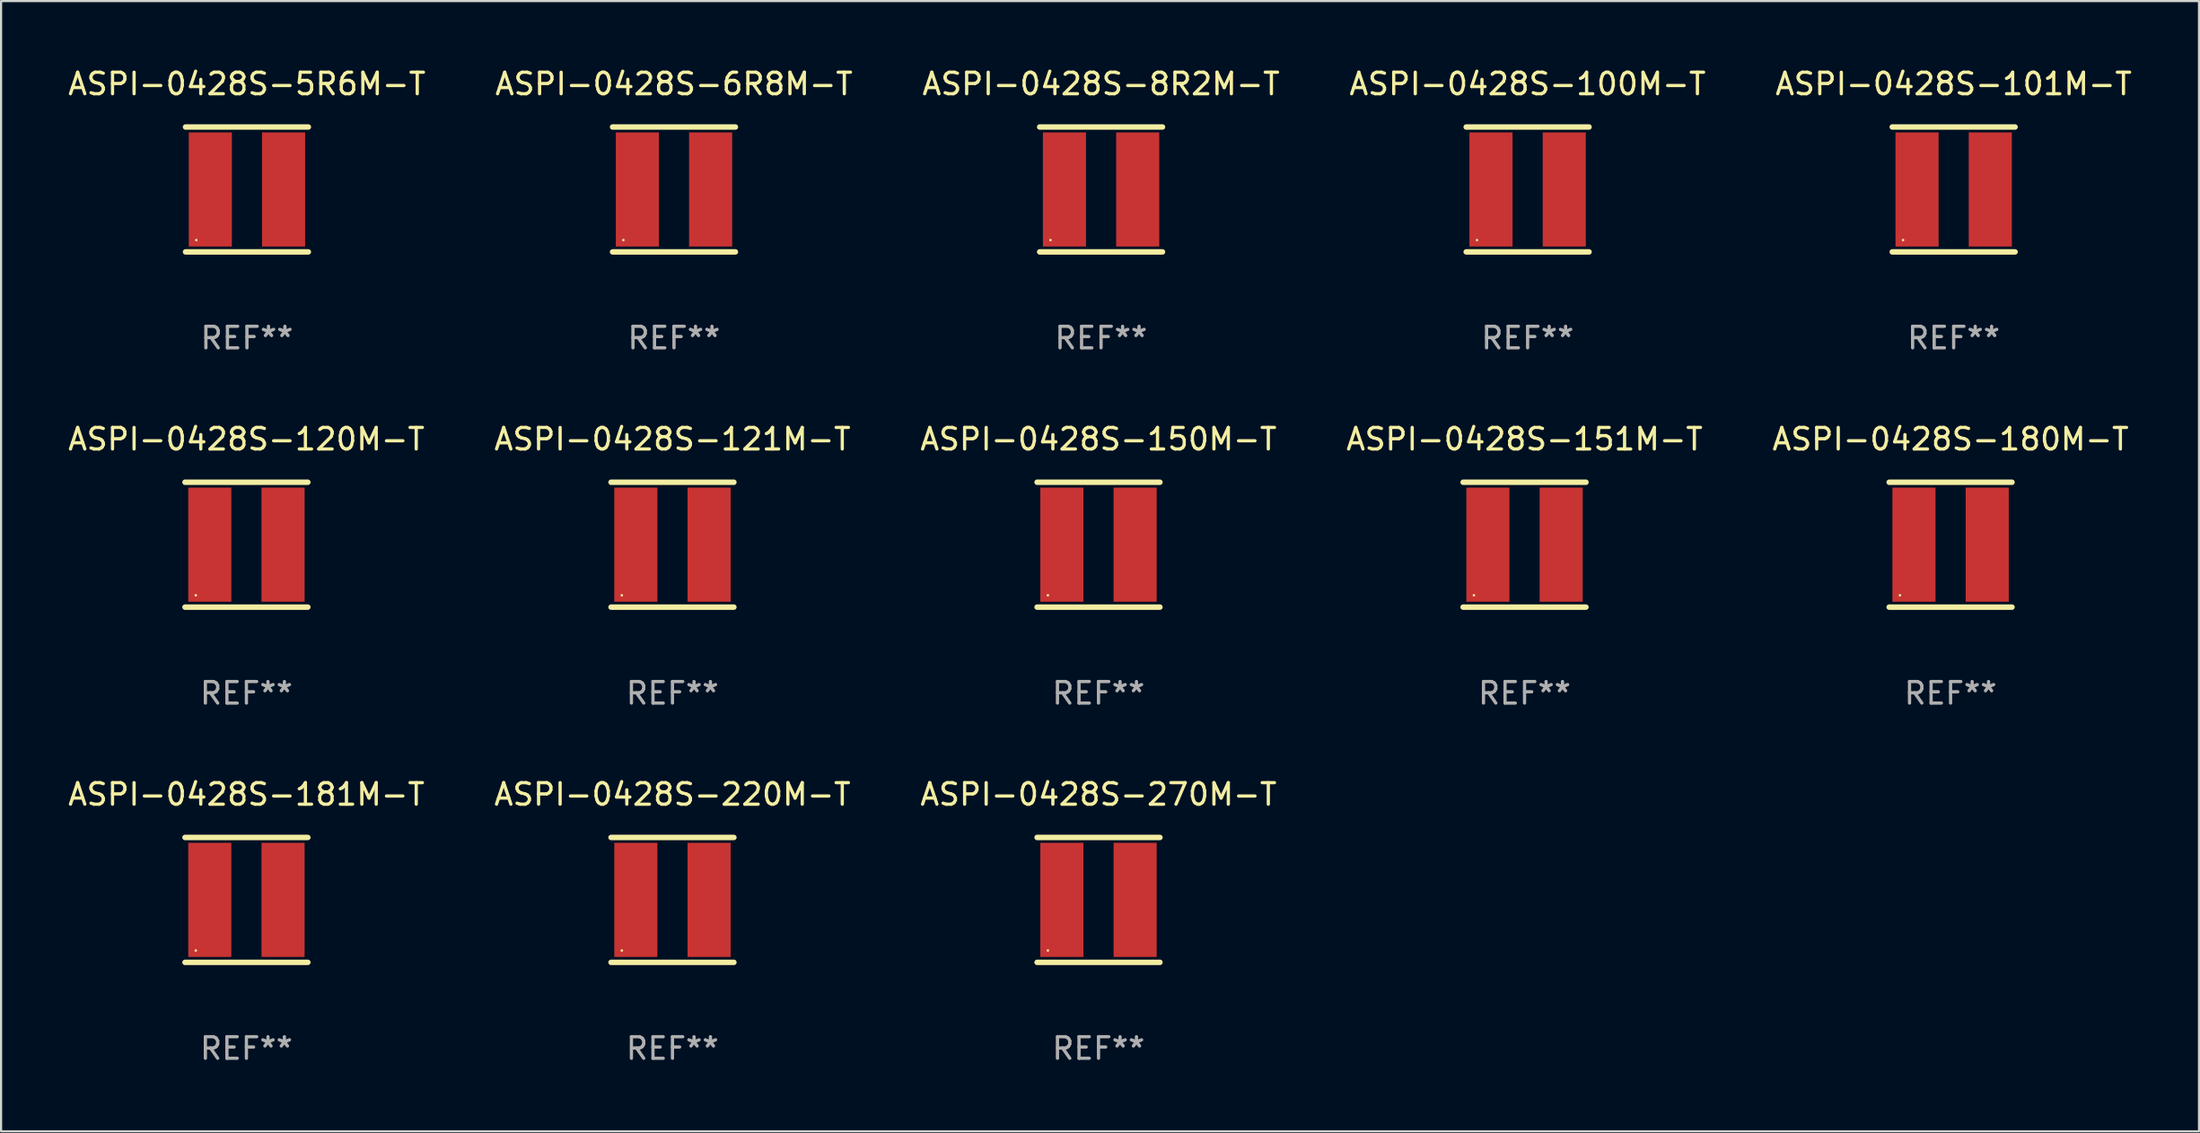
<source format=kicad_pcb>
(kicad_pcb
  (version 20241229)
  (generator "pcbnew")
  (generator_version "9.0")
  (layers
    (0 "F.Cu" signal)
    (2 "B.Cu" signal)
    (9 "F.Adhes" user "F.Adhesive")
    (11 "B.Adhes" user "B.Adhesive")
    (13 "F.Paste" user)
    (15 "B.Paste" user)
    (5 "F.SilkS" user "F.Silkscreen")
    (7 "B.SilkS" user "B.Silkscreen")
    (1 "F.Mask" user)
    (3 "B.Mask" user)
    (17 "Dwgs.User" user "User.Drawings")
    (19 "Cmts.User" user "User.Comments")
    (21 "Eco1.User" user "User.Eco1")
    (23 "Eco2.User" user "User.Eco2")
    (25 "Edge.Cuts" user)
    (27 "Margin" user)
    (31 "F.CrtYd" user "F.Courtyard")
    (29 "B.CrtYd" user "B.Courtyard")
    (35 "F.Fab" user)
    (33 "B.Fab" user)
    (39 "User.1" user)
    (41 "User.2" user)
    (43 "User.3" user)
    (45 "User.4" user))
  (footprint "ASPI-0428S-5R6M-T"
    (layer "F.Cu")
    (at 8.411 5.748)
    (property "Reference" "ASPI-0428S-5R6M-T" (at 0 -4.9 0) (layer "F.SilkS") (effects (font (size 1 1) (thickness 0.15))))
    (attr through_hole)
    (fp_line (start -2.85 -2.9) (end 2.85 -2.9) (stroke (width 0.254) (type solid)) (layer "F.SilkS"))
    (fp_line (start -2.85 2.9) (end 2.85 2.9) (stroke (width 0.254) (type solid)) (layer "F.SilkS"))
    (fp_circle (center -2.35 2.35) (end -2.32 2.35) (stroke (width 0.06) (type solid)) (fill no) (layer "F.SilkS"))
    (fp_text user "REF**" (at 0 6.9 0) (layer "F.Fab") (effects (font (size 1 1) (thickness 0.15))))
    (pad "1" smd rect (at -1.7 0) (size 2 5.3) (layers "F.Cu" "F.Mask" "F.Paste"))
    (pad "2" smd rect (at 1.7 0) (size 2 5.3) (layers "F.Cu" "F.Mask" "F.Paste")))
  (footprint "ASPI-0428S-151M-T"
    (layer "F.Cu")
    (at 67.708 22.245)
    (property "Reference" "ASPI-0428S-151M-T" (at 0 -4.9 0) (layer "F.SilkS") (effects (font (size 1 1) (thickness 0.15))))
    (attr through_hole)
    (fp_line (start -2.85 -2.9) (end 2.85 -2.9) (stroke (width 0.254) (type solid)) (layer "F.SilkS"))
    (fp_line (start -2.85 2.9) (end 2.85 2.9) (stroke (width 0.254) (type solid)) (layer "F.SilkS"))
    (fp_circle (center -2.35 2.35) (end -2.32 2.35) (stroke (width 0.06) (type solid)) (fill no) (layer "F.SilkS"))
    (fp_text user "REF**" (at 0 6.9 0) (layer "F.Fab") (effects (font (size 1 1) (thickness 0.15))))
    (pad "1" smd rect (at -1.7 0) (size 2 5.3) (layers "F.Cu" "F.Mask" "F.Paste"))
    (pad "2" smd rect (at 1.7 0) (size 2 5.3) (layers "F.Cu" "F.Mask" "F.Paste")))
  (footprint "ASPI-0428S-220M-T"
    (layer "F.Cu")
    (at 28.161 38.741)
    (property "Reference" "ASPI-0428S-220M-T" (at 0 -4.9 0) (layer "F.SilkS") (effects (font (size 1 1) (thickness 0.15))))
    (attr through_hole)
    (fp_line (start -2.85 -2.9) (end 2.85 -2.9) (stroke (width 0.254) (type solid)) (layer "F.SilkS"))
    (fp_line (start -2.85 2.9) (end 2.85 2.9) (stroke (width 0.254) (type solid)) (layer "F.SilkS"))
    (fp_circle (center -2.35 2.35) (end -2.32 2.35) (stroke (width 0.06) (type solid)) (fill no) (layer "F.SilkS"))
    (fp_text user "REF**" (at 0 6.9 0) (layer "F.Fab") (effects (font (size 1 1) (thickness 0.15))))
    (pad "1" smd rect (at -1.7 0) (size 2 5.3) (layers "F.Cu" "F.Mask" "F.Paste"))
    (pad "2" smd rect (at 1.7 0) (size 2 5.3) (layers "F.Cu" "F.Mask" "F.Paste")))
  (footprint "ASPI-0428S-270M-T"
    (layer "F.Cu")
    (at 47.935 38.741)
    (property "Reference" "ASPI-0428S-270M-T" (at 0 -4.9 0) (layer "F.SilkS") (effects (font (size 1 1) (thickness 0.15))))
    (attr through_hole)
    (fp_line (start -2.85 -2.9) (end 2.85 -2.9) (stroke (width 0.254) (type solid)) (layer "F.SilkS"))
    (fp_line (start -2.85 2.9) (end 2.85 2.9) (stroke (width 0.254) (type solid)) (layer "F.SilkS"))
    (fp_circle (center -2.35 2.35) (end -2.32 2.35) (stroke (width 0.06) (type solid)) (fill no) (layer "F.SilkS"))
    (fp_text user "REF**" (at 0 6.9 0) (layer "F.Fab") (effects (font (size 1 1) (thickness 0.15))))
    (pad "1" smd rect (at -1.7 0) (size 2 5.3) (layers "F.Cu" "F.Mask" "F.Paste"))
    (pad "2" smd rect (at 1.7 0) (size 2 5.3) (layers "F.Cu" "F.Mask" "F.Paste")))
  (footprint "ASPI-0428S-150M-T"
    (layer "F.Cu")
    (at 47.935 22.245)
    (property "Reference" "ASPI-0428S-150M-T" (at 0 -4.9 0) (layer "F.SilkS") (effects (font (size 1 1) (thickness 0.15))))
    (attr through_hole)
    (fp_line (start -2.85 -2.9) (end 2.85 -2.9) (stroke (width 0.254) (type solid)) (layer "F.SilkS"))
    (fp_line (start -2.85 2.9) (end 2.85 2.9) (stroke (width 0.254) (type solid)) (layer "F.SilkS"))
    (fp_circle (center -2.35 2.35) (end -2.32 2.35) (stroke (width 0.06) (type solid)) (fill no) (layer "F.SilkS"))
    (fp_text user "REF**" (at 0 6.9 0) (layer "F.Fab") (effects (font (size 1 1) (thickness 0.15))))
    (pad "1" smd rect (at -1.7 0) (size 2 5.3) (layers "F.Cu" "F.Mask" "F.Paste"))
    (pad "2" smd rect (at 1.7 0) (size 2 5.3) (layers "F.Cu" "F.Mask" "F.Paste")))
  (footprint "ASPI-0428S-181M-T"
    (layer "F.Cu")
    (at 8.387 38.741)
    (property "Reference" "ASPI-0428S-181M-T" (at 0 -4.9 0) (layer "F.SilkS") (effects (font (size 1 1) (thickness 0.15))))
    (attr through_hole)
    (fp_line (start -2.85 -2.9) (end 2.85 -2.9) (stroke (width 0.254) (type solid)) (layer "F.SilkS"))
    (fp_line (start -2.85 2.9) (end 2.85 2.9) (stroke (width 0.254) (type solid)) (layer "F.SilkS"))
    (fp_circle (center -2.35 2.35) (end -2.32 2.35) (stroke (width 0.06) (type solid)) (fill no) (layer "F.SilkS"))
    (fp_text user "REF**" (at 0 6.9 0) (layer "F.Fab") (effects (font (size 1 1) (thickness 0.15))))
    (pad "1" smd rect (at -1.7 0) (size 2 5.3) (layers "F.Cu" "F.Mask" "F.Paste"))
    (pad "2" smd rect (at 1.7 0) (size 2 5.3) (layers "F.Cu" "F.Mask" "F.Paste")))
  (footprint "ASPI-0428S-6R8M-T"
    (layer "F.Cu")
    (at 28.232 5.748)
    (property "Reference" "ASPI-0428S-6R8M-T" (at 0 -4.9 0) (layer "F.SilkS") (effects (font (size 1 1) (thickness 0.15))))
    (attr through_hole)
    (fp_line (start -2.85 -2.9) (end 2.85 -2.9) (stroke (width 0.254) (type solid)) (layer "F.SilkS"))
    (fp_line (start -2.85 2.9) (end 2.85 2.9) (stroke (width 0.254) (type solid)) (layer "F.SilkS"))
    (fp_circle (center -2.35 2.35) (end -2.32 2.35) (stroke (width 0.06) (type solid)) (fill no) (layer "F.SilkS"))
    (fp_text user "REF**" (at 0 6.9 0) (layer "F.Fab") (effects (font (size 1 1) (thickness 0.15))))
    (pad "1" smd rect (at -1.7 0) (size 2 5.3) (layers "F.Cu" "F.Mask" "F.Paste"))
    (pad "2" smd rect (at 1.7 0) (size 2 5.3) (layers "F.Cu" "F.Mask" "F.Paste")))
  (footprint "ASPI-0428S-101M-T"
    (layer "F.Cu")
    (at 87.625 5.748)
    (property "Reference" "ASPI-0428S-101M-T" (at 0 -4.9 0) (layer "F.SilkS") (effects (font (size 1 1) (thickness 0.15))))
    (attr through_hole)
    (fp_line (start -2.85 -2.9) (end 2.85 -2.9) (stroke (width 0.254) (type solid)) (layer "F.SilkS"))
    (fp_line (start -2.85 2.9) (end 2.85 2.9) (stroke (width 0.254) (type solid)) (layer "F.SilkS"))
    (fp_circle (center -2.35 2.35) (end -2.32 2.35) (stroke (width 0.06) (type solid)) (fill no) (layer "F.SilkS"))
    (fp_text user "REF**" (at 0 6.9 0) (layer "F.Fab") (effects (font (size 1 1) (thickness 0.15))))
    (pad "1" smd rect (at -1.7 0) (size 2 5.3) (layers "F.Cu" "F.Mask" "F.Paste"))
    (pad "2" smd rect (at 1.7 0) (size 2 5.3) (layers "F.Cu" "F.Mask" "F.Paste")))
  (footprint "ASPI-0428S-100M-T"
    (layer "F.Cu")
    (at 67.851 5.748)
    (property "Reference" "ASPI-0428S-100M-T" (at 0 -4.9 0) (layer "F.SilkS") (effects (font (size 1 1) (thickness 0.15))))
    (attr through_hole)
    (fp_line (start -2.85 -2.9) (end 2.85 -2.9) (stroke (width 0.254) (type solid)) (layer "F.SilkS"))
    (fp_line (start -2.85 2.9) (end 2.85 2.9) (stroke (width 0.254) (type solid)) (layer "F.SilkS"))
    (fp_circle (center -2.35 2.35) (end -2.32 2.35) (stroke (width 0.06) (type solid)) (fill no) (layer "F.SilkS"))
    (fp_text user "REF**" (at 0 6.9 0) (layer "F.Fab") (effects (font (size 1 1) (thickness 0.15))))
    (pad "1" smd rect (at -1.7 0) (size 2 5.3) (layers "F.Cu" "F.Mask" "F.Paste"))
    (pad "2" smd rect (at 1.7 0) (size 2 5.3) (layers "F.Cu" "F.Mask" "F.Paste")))
  (footprint "ASPI-0428S-121M-T"
    (layer "F.Cu")
    (at 28.161 22.245)
    (property "Reference" "ASPI-0428S-121M-T" (at 0 -4.9 0) (layer "F.SilkS") (effects (font (size 1 1) (thickness 0.15))))
    (attr through_hole)
    (fp_line (start -2.85 -2.9) (end 2.85 -2.9) (stroke (width 0.254) (type solid)) (layer "F.SilkS"))
    (fp_line (start -2.85 2.9) (end 2.85 2.9) (stroke (width 0.254) (type solid)) (layer "F.SilkS"))
    (fp_circle (center -2.35 2.35) (end -2.32 2.35) (stroke (width 0.06) (type solid)) (fill no) (layer "F.SilkS"))
    (fp_text user "REF**" (at 0 6.9 0) (layer "F.Fab") (effects (font (size 1 1) (thickness 0.15))))
    (pad "1" smd rect (at -1.7 0) (size 2 5.3) (layers "F.Cu" "F.Mask" "F.Paste"))
    (pad "2" smd rect (at 1.7 0) (size 2 5.3) (layers "F.Cu" "F.Mask" "F.Paste")))
  (footprint "ASPI-0428S-120M-T"
    (layer "F.Cu")
    (at 8.387 22.245)
    (property "Reference" "ASPI-0428S-120M-T" (at 0 -4.9 0) (layer "F.SilkS") (effects (font (size 1 1) (thickness 0.15))))
    (attr through_hole)
    (fp_line (start -2.85 -2.9) (end 2.85 -2.9) (stroke (width 0.254) (type solid)) (layer "F.SilkS"))
    (fp_line (start -2.85 2.9) (end 2.85 2.9) (stroke (width 0.254) (type solid)) (layer "F.SilkS"))
    (fp_circle (center -2.35 2.35) (end -2.32 2.35) (stroke (width 0.06) (type solid)) (fill no) (layer "F.SilkS"))
    (fp_text user "REF**" (at 0 6.9 0) (layer "F.Fab") (effects (font (size 1 1) (thickness 0.15))))
    (pad "1" smd rect (at -1.7 0) (size 2 5.3) (layers "F.Cu" "F.Mask" "F.Paste"))
    (pad "2" smd rect (at 1.7 0) (size 2 5.3) (layers "F.Cu" "F.Mask" "F.Paste")))
  (footprint "ASPI-0428S-8R2M-T"
    (layer "F.Cu")
    (at 48.054 5.748)
    (property "Reference" "ASPI-0428S-8R2M-T" (at 0 -4.9 0) (layer "F.SilkS") (effects (font (size 1 1) (thickness 0.15))))
    (attr through_hole)
    (fp_line (start -2.85 -2.9) (end 2.85 -2.9) (stroke (width 0.254) (type solid)) (layer "F.SilkS"))
    (fp_line (start -2.85 2.9) (end 2.85 2.9) (stroke (width 0.254) (type solid)) (layer "F.SilkS"))
    (fp_circle (center -2.35 2.35) (end -2.32 2.35) (stroke (width 0.06) (type solid)) (fill no) (layer "F.SilkS"))
    (fp_text user "REF**" (at 0 6.9 0) (layer "F.Fab") (effects (font (size 1 1) (thickness 0.15))))
    (pad "1" smd rect (at -1.7 0) (size 2 5.3) (layers "F.Cu" "F.Mask" "F.Paste"))
    (pad "2" smd rect (at 1.7 0) (size 2 5.3) (layers "F.Cu" "F.Mask" "F.Paste")))
  (footprint "ASPI-0428S-180M-T"
    (layer "F.Cu")
    (at 87.482 22.245)
    (property "Reference" "ASPI-0428S-180M-T" (at 0 -4.9 0) (layer "F.SilkS") (effects (font (size 1 1) (thickness 0.15))))
    (attr through_hole)
    (fp_line (start -2.85 -2.9) (end 2.85 -2.9) (stroke (width 0.254) (type solid)) (layer "F.SilkS"))
    (fp_line (start -2.85 2.9) (end 2.85 2.9) (stroke (width 0.254) (type solid)) (layer "F.SilkS"))
    (fp_circle (center -2.35 2.35) (end -2.32 2.35) (stroke (width 0.06) (type solid)) (fill no) (layer "F.SilkS"))
    (fp_text user "REF**" (at 0 6.9 0) (layer "F.Fab") (effects (font (size 1 1) (thickness 0.15))))
    (pad "1" smd rect (at -1.7 0) (size 2 5.3) (layers "F.Cu" "F.Mask" "F.Paste"))
    (pad "2" smd rect (at 1.7 0) (size 2 5.3) (layers "F.Cu" "F.Mask" "F.Paste")))
  (gr_rect
    (start -3 -3)
    (end 99.012 49.489)
    (stroke (width 0.1) (type default))
    (fill no)
    (layer "Edge.Cuts")))
</source>
